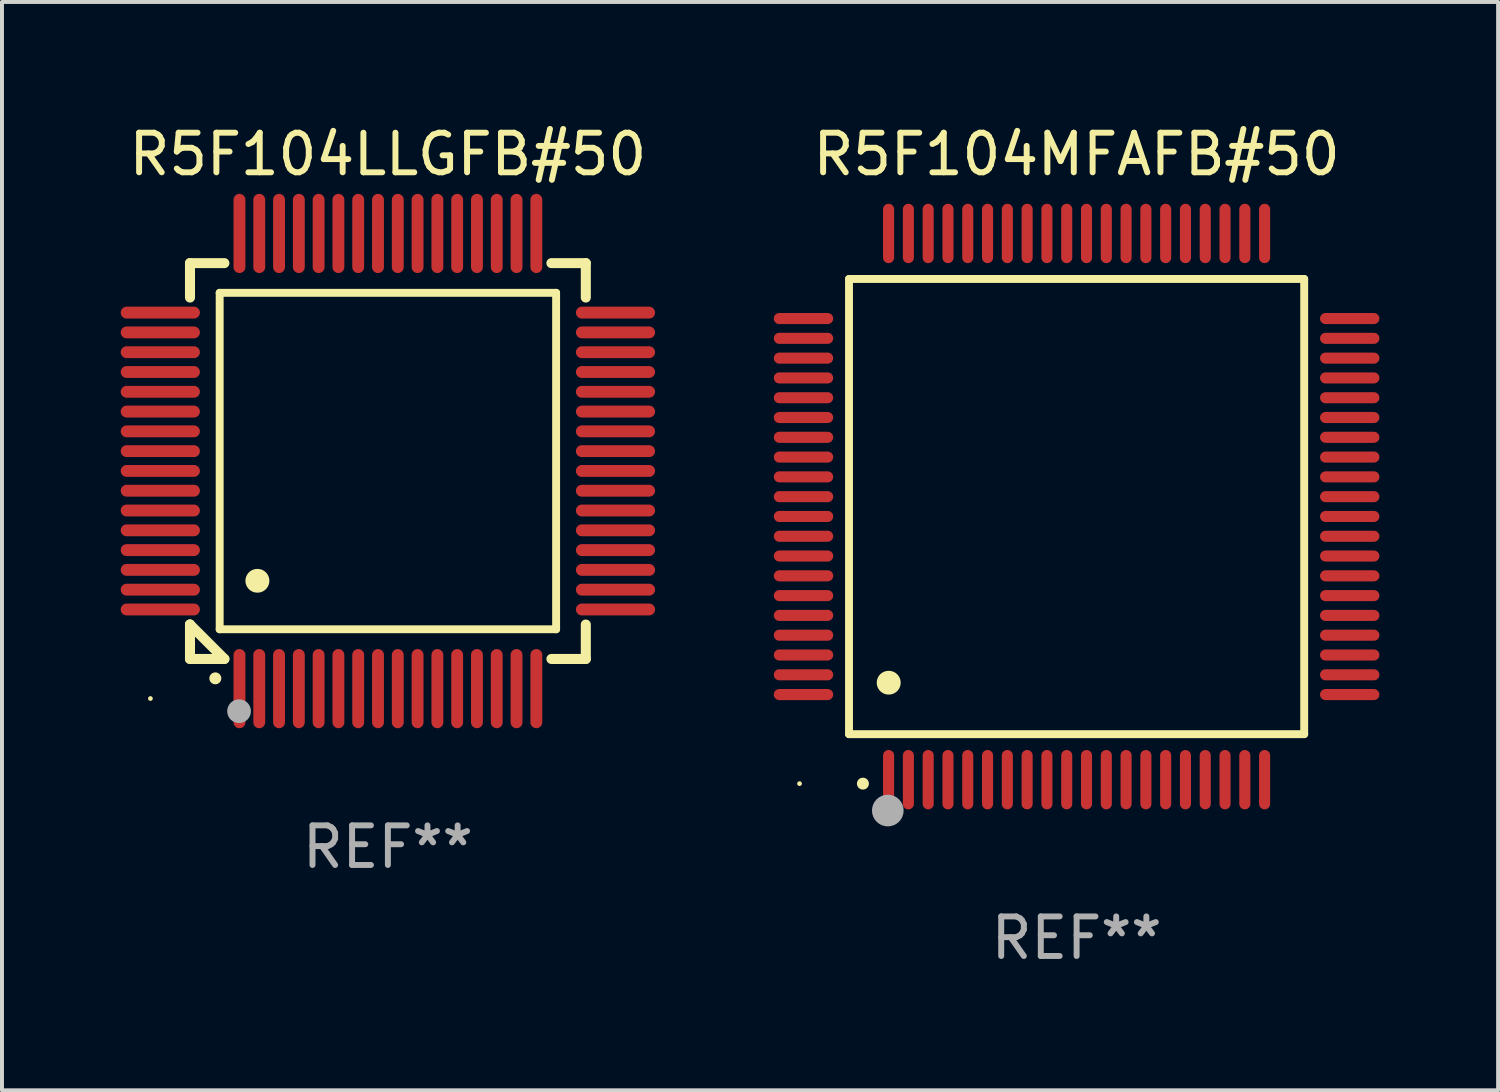
<source format=kicad_pcb>
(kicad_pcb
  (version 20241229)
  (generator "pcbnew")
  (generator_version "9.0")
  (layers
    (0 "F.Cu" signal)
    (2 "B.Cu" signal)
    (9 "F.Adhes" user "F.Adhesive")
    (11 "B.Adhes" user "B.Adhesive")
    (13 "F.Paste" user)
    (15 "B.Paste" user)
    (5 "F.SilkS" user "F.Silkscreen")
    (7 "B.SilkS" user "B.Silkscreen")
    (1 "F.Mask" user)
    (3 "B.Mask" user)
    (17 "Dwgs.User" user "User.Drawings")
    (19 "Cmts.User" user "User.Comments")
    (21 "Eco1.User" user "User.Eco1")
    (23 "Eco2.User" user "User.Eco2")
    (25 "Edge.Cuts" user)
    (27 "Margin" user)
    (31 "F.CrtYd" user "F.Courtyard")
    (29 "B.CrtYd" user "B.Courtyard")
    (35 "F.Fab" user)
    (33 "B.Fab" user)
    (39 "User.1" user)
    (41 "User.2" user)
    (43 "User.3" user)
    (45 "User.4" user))
  (footprint "R5F104LLGFB#50"
    (layer "F.Cu")
    (at 6.75 8.598)
    (property "Reference" "R5F104LLGFB#50" (at 0 -7.75 0) (layer "F.SilkS") (effects (font (size 1 1) (thickness 0.15))))
    (attr through_hole)
    (fp_line (start -5 -5) (end -4.131 -5) (stroke (width 0.254) (type solid)) (layer "F.SilkS"))
    (fp_line (start -5 -4.131) (end -5 -5) (stroke (width 0.254) (type solid)) (layer "F.SilkS"))
    (fp_line (start -5 4.131) (end -5 4.131) (stroke (width 0.254) (type solid)) (layer "F.SilkS"))
    (fp_line (start -5 5) (end -5 4.131) (stroke (width 0.254) (type solid)) (layer "F.SilkS"))
    (fp_line (start -5 4.131) (end -4.131 5) (stroke (width 0.254) (type solid)) (layer "F.SilkS"))
    (fp_line (start -4.25 -4.25) (end -4.25 4.25) (stroke (width 0.2) (type solid)) (layer "F.SilkS"))
    (fp_line (start -4.25 4.25) (end 4.25 4.25) (stroke (width 0.2) (type solid)) (layer "F.SilkS"))
    (fp_line (start -4.131 5) (end -5 5) (stroke (width 0.254) (type solid)) (layer "F.SilkS"))
    (fp_line (start 4.25 -4.25) (end -4.25 -4.25) (stroke (width 0.2) (type solid)) (layer "F.SilkS"))
    (fp_line (start 4.25 4.25) (end 4.25 -4.25) (stroke (width 0.2) (type solid)) (layer "F.SilkS"))
    (fp_line (start 5 -5) (end 4.131 -5) (stroke (width 0.254) (type solid)) (layer "F.SilkS"))
    (fp_line (start 5 -5) (end 5 -4.131) (stroke (width 0.254) (type solid)) (layer "F.SilkS"))
    (fp_line (start 5 4.131) (end 5 5) (stroke (width 0.254) (type solid)) (layer "F.SilkS"))
    (fp_line (start 5 5) (end 4.131 5) (stroke (width 0.254) (type solid)) (layer "F.SilkS"))
    (fp_arc (start -4.361265 5.489992) (mid -4.359995 5.489987) (end -4.358725 5.489992) (stroke (width 0.3) (type solid)) (layer "F.SilkS"))
    (fp_arc (start -3.299467 3.025146) (mid -3.296927 3.025135) (end -3.294387 3.025146) (stroke (width 0.6) (type solid)) (layer "F.SilkS"))
    (fp_circle (center -6 6) (end -5.97 6) (stroke (width 0.06) (type solid)) (fill no) (layer "F.SilkS"))
    (fp_circle (center -3.76 6.32) (end -3.61 6.32) (stroke (width 0.3) (type solid)) (fill no) (layer "F.Fab"))
    (fp_text user "REF**" (at 0 9.75 0) (layer "F.Fab") (effects (font (size 1 1) (thickness 0.15))))
    (pad "1" smd oval (at -3.75 5.75) (size 0.3 2) (layers "F.Cu" "F.Mask" "F.Paste"))
    (pad "2" smd oval (at -3.25 5.75) (size 0.3 2) (layers "F.Cu" "F.Mask" "F.Paste"))
    (pad "3" smd oval (at -2.75 5.75) (size 0.3 2) (layers "F.Cu" "F.Mask" "F.Paste"))
    (pad "4" smd oval (at -2.25 5.75) (size 0.3 2) (layers "F.Cu" "F.Mask" "F.Paste"))
    (pad "5" smd oval (at -1.75 5.75) (size 0.3 2) (layers "F.Cu" "F.Mask" "F.Paste"))
    (pad "6" smd oval (at -1.25 5.75) (size 0.3 2) (layers "F.Cu" "F.Mask" "F.Paste"))
    (pad "7" smd oval (at -0.75 5.75) (size 0.3 2) (layers "F.Cu" "F.Mask" "F.Paste"))
    (pad "8" smd oval (at -0.25 5.75) (size 0.3 2) (layers "F.Cu" "F.Mask" "F.Paste"))
    (pad "9" smd oval (at 0.25 5.75) (size 0.3 2) (layers "F.Cu" "F.Mask" "F.Paste"))
    (pad "10" smd oval (at 0.75 5.75) (size 0.3 2) (layers "F.Cu" "F.Mask" "F.Paste"))
    (pad "11" smd oval (at 1.25 5.75) (size 0.3 2) (layers "F.Cu" "F.Mask" "F.Paste"))
    (pad "12" smd oval (at 1.75 5.75) (size 0.3 2) (layers "F.Cu" "F.Mask" "F.Paste"))
    (pad "13" smd oval (at 2.25 5.75) (size 0.3 2) (layers "F.Cu" "F.Mask" "F.Paste"))
    (pad "14" smd oval (at 2.75 5.75) (size 0.3 2) (layers "F.Cu" "F.Mask" "F.Paste"))
    (pad "15" smd oval (at 3.25 5.75) (size 0.3 2) (layers "F.Cu" "F.Mask" "F.Paste"))
    (pad "16" smd oval (at 3.75 5.75) (size 0.3 2) (layers "F.Cu" "F.Mask" "F.Paste"))
    (pad "17" smd oval (at 5.75 3.75) (size 2 0.3) (layers "F.Cu" "F.Mask" "F.Paste"))
    (pad "18" smd oval (at 5.75 3.25) (size 2 0.3) (layers "F.Cu" "F.Mask" "F.Paste"))
    (pad "19" smd oval (at 5.75 2.75) (size 2 0.3) (layers "F.Cu" "F.Mask" "F.Paste"))
    (pad "20" smd oval (at 5.75 2.25) (size 2 0.3) (layers "F.Cu" "F.Mask" "F.Paste"))
    (pad "21" smd oval (at 5.75 1.75) (size 2 0.3) (layers "F.Cu" "F.Mask" "F.Paste"))
    (pad "22" smd oval (at 5.75 1.25) (size 2 0.3) (layers "F.Cu" "F.Mask" "F.Paste"))
    (pad "23" smd oval (at 5.75 0.75) (size 2 0.3) (layers "F.Cu" "F.Mask" "F.Paste"))
    (pad "24" smd oval (at 5.75 0.25) (size 2 0.3) (layers "F.Cu" "F.Mask" "F.Paste"))
    (pad "25" smd oval (at 5.75 -0.25) (size 2 0.3) (layers "F.Cu" "F.Mask" "F.Paste"))
    (pad "26" smd oval (at 5.75 -0.75) (size 2 0.3) (layers "F.Cu" "F.Mask" "F.Paste"))
    (pad "27" smd oval (at 5.75 -1.25) (size 2 0.3) (layers "F.Cu" "F.Mask" "F.Paste"))
    (pad "28" smd oval (at 5.75 -1.75) (size 2 0.3) (layers "F.Cu" "F.Mask" "F.Paste"))
    (pad "29" smd oval (at 5.75 -2.25) (size 2 0.3) (layers "F.Cu" "F.Mask" "F.Paste"))
    (pad "30" smd oval (at 5.75 -2.75) (size 2 0.3) (layers "F.Cu" "F.Mask" "F.Paste"))
    (pad "31" smd oval (at 5.75 -3.25) (size 2 0.3) (layers "F.Cu" "F.Mask" "F.Paste"))
    (pad "32" smd oval (at 5.75 -3.75) (size 2 0.3) (layers "F.Cu" "F.Mask" "F.Paste"))
    (pad "33" smd oval (at 3.75 -5.75) (size 0.3 2) (layers "F.Cu" "F.Mask" "F.Paste"))
    (pad "34" smd oval (at 3.25 -5.75) (size 0.3 2) (layers "F.Cu" "F.Mask" "F.Paste"))
    (pad "35" smd oval (at 2.75 -5.75) (size 0.3 2) (layers "F.Cu" "F.Mask" "F.Paste"))
    (pad "36" smd oval (at 2.25 -5.75) (size 0.3 2) (layers "F.Cu" "F.Mask" "F.Paste"))
    (pad "37" smd oval (at 1.75 -5.75) (size 0.3 2) (layers "F.Cu" "F.Mask" "F.Paste"))
    (pad "38" smd oval (at 1.25 -5.75) (size 0.3 2) (layers "F.Cu" "F.Mask" "F.Paste"))
    (pad "39" smd oval (at 0.75 -5.75) (size 0.3 2) (layers "F.Cu" "F.Mask" "F.Paste"))
    (pad "40" smd oval (at 0.25 -5.75) (size 0.3 2) (layers "F.Cu" "F.Mask" "F.Paste"))
    (pad "41" smd oval (at -0.25 -5.75) (size 0.3 2) (layers "F.Cu" "F.Mask" "F.Paste"))
    (pad "42" smd oval (at -0.75 -5.75) (size 0.3 2) (layers "F.Cu" "F.Mask" "F.Paste"))
    (pad "43" smd oval (at -1.25 -5.75) (size 0.3 2) (layers "F.Cu" "F.Mask" "F.Paste"))
    (pad "44" smd oval (at -1.75 -5.75) (size 0.3 2) (layers "F.Cu" "F.Mask" "F.Paste"))
    (pad "45" smd oval (at -2.25 -5.75) (size 0.3 2) (layers "F.Cu" "F.Mask" "F.Paste"))
    (pad "46" smd oval (at -2.75 -5.75) (size 0.3 2) (layers "F.Cu" "F.Mask" "F.Paste"))
    (pad "47" smd oval (at -3.25 -5.75) (size 0.3 2) (layers "F.Cu" "F.Mask" "F.Paste"))
    (pad "48" smd oval (at -3.75 -5.75) (size 0.3 2) (layers "F.Cu" "F.Mask" "F.Paste"))
    (pad "49" smd oval (at -5.75 -3.75) (size 2 0.3) (layers "F.Cu" "F.Mask" "F.Paste"))
    (pad "50" smd oval (at -5.75 -3.25) (size 2 0.3) (layers "F.Cu" "F.Mask" "F.Paste"))
    (pad "51" smd oval (at -5.75 -2.75) (size 2 0.3) (layers "F.Cu" "F.Mask" "F.Paste"))
    (pad "52" smd oval (at -5.75 -2.25) (size 2 0.3) (layers "F.Cu" "F.Mask" "F.Paste"))
    (pad "53" smd oval (at -5.75 -1.75) (size 2 0.3) (layers "F.Cu" "F.Mask" "F.Paste"))
    (pad "54" smd oval (at -5.75 -1.25) (size 2 0.3) (layers "F.Cu" "F.Mask" "F.Paste"))
    (pad "55" smd oval (at -5.75 -0.75) (size 2 0.3) (layers "F.Cu" "F.Mask" "F.Paste"))
    (pad "56" smd oval (at -5.75 -0.25) (size 2 0.3) (layers "F.Cu" "F.Mask" "F.Paste"))
    (pad "57" smd oval (at -5.75 0.25) (size 2 0.3) (layers "F.Cu" "F.Mask" "F.Paste"))
    (pad "58" smd oval (at -5.75 0.75) (size 2 0.3) (layers "F.Cu" "F.Mask" "F.Paste"))
    (pad "59" smd oval (at -5.75 1.25) (size 2 0.3) (layers "F.Cu" "F.Mask" "F.Paste"))
    (pad "60" smd oval (at -5.75 1.75) (size 2 0.3) (layers "F.Cu" "F.Mask" "F.Paste"))
    (pad "61" smd oval (at -5.75 2.25) (size 2 0.3) (layers "F.Cu" "F.Mask" "F.Paste"))
    (pad "62" smd oval (at -5.75 2.75) (size 2 0.3) (layers "F.Cu" "F.Mask" "F.Paste"))
    (pad "63" smd oval (at -5.75 3.25) (size 2 0.3) (layers "F.Cu" "F.Mask" "F.Paste"))
    (pad "64" smd oval (at -5.75 3.75) (size 2 0.3) (layers "F.Cu" "F.Mask" "F.Paste")))
  (footprint "R5F104MFAFB#50"
    (layer "F.Cu")
    (at 24.15 9.748)
    (property "Reference" "R5F104MFAFB#50" (at 0 -8.9 0) (layer "F.SilkS") (effects (font (size 1 1) (thickness 0.15))))
    (attr through_hole)
    (fp_line (start -5.75 -5.75) (end 5.75 -5.75) (stroke (width 0.2) (type solid)) (layer "F.SilkS"))
    (fp_line (start -5.75 5.75) (end -5.75 -5.75) (stroke (width 0.2) (type solid)) (layer "F.SilkS"))
    (fp_line (start 5.75 -5.75) (end 5.75 5.75) (stroke (width 0.2) (type solid)) (layer "F.SilkS"))
    (fp_line (start 5.75 5.75) (end -5.75 5.75) (stroke (width 0.2) (type solid)) (layer "F.SilkS"))
    (fp_arc (start -5.400051 7.000254) (mid -5.398781 7.000249) (end -5.397511 7.000254) (stroke (width 0.3) (type solid)) (layer "F.SilkS"))
    (fp_arc (start -4.749809 4.450089) (mid -4.747269 4.450078) (end -4.744729 4.450089) (stroke (width 0.6) (type solid)) (layer "F.SilkS"))
    (fp_circle (center -7 7) (end -6.97 7) (stroke (width 0.06) (type solid)) (fill no) (layer "F.SilkS"))
    (fp_circle (center -4.77 7.68) (end -4.57 7.68) (stroke (width 0.4) (type solid)) (fill no) (layer "F.Fab"))
    (fp_text user "REF**" (at 0 10.9 0) (layer "F.Fab") (effects (font (size 1 1) (thickness 0.15))))
    (pad "1" smd oval (at -4.75 6.9) (size 0.28 1.5) (layers "F.Cu" "F.Mask" "F.Paste"))
    (pad "2" smd oval (at -4.25 6.9) (size 0.28 1.5) (layers "F.Cu" "F.Mask" "F.Paste"))
    (pad "3" smd oval (at -3.75 6.9) (size 0.28 1.5) (layers "F.Cu" "F.Mask" "F.Paste"))
    (pad "4" smd oval (at -3.25 6.9) (size 0.28 1.5) (layers "F.Cu" "F.Mask" "F.Paste"))
    (pad "5" smd oval (at -2.75 6.9) (size 0.28 1.5) (layers "F.Cu" "F.Mask" "F.Paste"))
    (pad "6" smd oval (at -2.25 6.9) (size 0.28 1.5) (layers "F.Cu" "F.Mask" "F.Paste"))
    (pad "7" smd oval (at -1.75 6.9) (size 0.28 1.5) (layers "F.Cu" "F.Mask" "F.Paste"))
    (pad "8" smd oval (at -1.25 6.9) (size 0.28 1.5) (layers "F.Cu" "F.Mask" "F.Paste"))
    (pad "9" smd oval (at -0.75 6.9) (size 0.28 1.5) (layers "F.Cu" "F.Mask" "F.Paste"))
    (pad "10" smd oval (at -0.25 6.9) (size 0.28 1.5) (layers "F.Cu" "F.Mask" "F.Paste"))
    (pad "11" smd oval (at 0.25 6.9) (size 0.28 1.5) (layers "F.Cu" "F.Mask" "F.Paste"))
    (pad "12" smd oval (at 0.75 6.9) (size 0.28 1.5) (layers "F.Cu" "F.Mask" "F.Paste"))
    (pad "13" smd oval (at 1.25 6.9) (size 0.28 1.5) (layers "F.Cu" "F.Mask" "F.Paste"))
    (pad "14" smd oval (at 1.75 6.9) (size 0.28 1.5) (layers "F.Cu" "F.Mask" "F.Paste"))
    (pad "15" smd oval (at 2.25 6.9) (size 0.28 1.5) (layers "F.Cu" "F.Mask" "F.Paste"))
    (pad "16" smd oval (at 2.75 6.9) (size 0.28 1.5) (layers "F.Cu" "F.Mask" "F.Paste"))
    (pad "17" smd oval (at 3.25 6.9) (size 0.28 1.5) (layers "F.Cu" "F.Mask" "F.Paste"))
    (pad "18" smd oval (at 3.75 6.9) (size 0.28 1.5) (layers "F.Cu" "F.Mask" "F.Paste"))
    (pad "19" smd oval (at 4.25 6.9) (size 0.28 1.5) (layers "F.Cu" "F.Mask" "F.Paste"))
    (pad "20" smd oval (at 4.75 6.9) (size 0.28 1.5) (layers "F.Cu" "F.Mask" "F.Paste"))
    (pad "21" smd oval (at 6.9 4.75) (size 1.5 0.28) (layers "F.Cu" "F.Mask" "F.Paste"))
    (pad "22" smd oval (at 6.9 4.25) (size 1.5 0.28) (layers "F.Cu" "F.Mask" "F.Paste"))
    (pad "23" smd oval (at 6.9 3.75) (size 1.5 0.28) (layers "F.Cu" "F.Mask" "F.Paste"))
    (pad "24" smd oval (at 6.9 3.25) (size 1.5 0.28) (layers "F.Cu" "F.Mask" "F.Paste"))
    (pad "25" smd oval (at 6.9 2.75) (size 1.5 0.28) (layers "F.Cu" "F.Mask" "F.Paste"))
    (pad "26" smd oval (at 6.9 2.25) (size 1.5 0.28) (layers "F.Cu" "F.Mask" "F.Paste"))
    (pad "27" smd oval (at 6.9 1.75) (size 1.5 0.28) (layers "F.Cu" "F.Mask" "F.Paste"))
    (pad "28" smd oval (at 6.9 1.25) (size 1.5 0.28) (layers "F.Cu" "F.Mask" "F.Paste"))
    (pad "29" smd oval (at 6.9 0.75) (size 1.5 0.28) (layers "F.Cu" "F.Mask" "F.Paste"))
    (pad "30" smd oval (at 6.9 0.25) (size 1.5 0.28) (layers "F.Cu" "F.Mask" "F.Paste"))
    (pad "31" smd oval (at 6.9 -0.25) (size 1.5 0.28) (layers "F.Cu" "F.Mask" "F.Paste"))
    (pad "32" smd oval (at 6.9 -0.75) (size 1.5 0.28) (layers "F.Cu" "F.Mask" "F.Paste"))
    (pad "33" smd oval (at 6.9 -1.25) (size 1.5 0.28) (layers "F.Cu" "F.Mask" "F.Paste"))
    (pad "34" smd oval (at 6.9 -1.75) (size 1.5 0.28) (layers "F.Cu" "F.Mask" "F.Paste"))
    (pad "35" smd oval (at 6.9 -2.25) (size 1.5 0.28) (layers "F.Cu" "F.Mask" "F.Paste"))
    (pad "36" smd oval (at 6.9 -2.75) (size 1.5 0.28) (layers "F.Cu" "F.Mask" "F.Paste"))
    (pad "37" smd oval (at 6.9 -3.25) (size 1.5 0.28) (layers "F.Cu" "F.Mask" "F.Paste"))
    (pad "38" smd oval (at 6.9 -3.75) (size 1.5 0.28) (layers "F.Cu" "F.Mask" "F.Paste"))
    (pad "39" smd oval (at 6.9 -4.25) (size 1.5 0.28) (layers "F.Cu" "F.Mask" "F.Paste"))
    (pad "40" smd oval (at 6.9 -4.75) (size 1.5 0.28) (layers "F.Cu" "F.Mask" "F.Paste"))
    (pad "41" smd oval (at 4.75 -6.9) (size 0.28 1.5) (layers "F.Cu" "F.Mask" "F.Paste"))
    (pad "42" smd oval (at 4.25 -6.9) (size 0.28 1.5) (layers "F.Cu" "F.Mask" "F.Paste"))
    (pad "43" smd oval (at 3.75 -6.9) (size 0.28 1.5) (layers "F.Cu" "F.Mask" "F.Paste"))
    (pad "44" smd oval (at 3.25 -6.9) (size 0.28 1.5) (layers "F.Cu" "F.Mask" "F.Paste"))
    (pad "45" smd oval (at 2.75 -6.9) (size 0.28 1.5) (layers "F.Cu" "F.Mask" "F.Paste"))
    (pad "46" smd oval (at 2.25 -6.9) (size 0.28 1.5) (layers "F.Cu" "F.Mask" "F.Paste"))
    (pad "47" smd oval (at 1.75 -6.9) (size 0.28 1.5) (layers "F.Cu" "F.Mask" "F.Paste"))
    (pad "48" smd oval (at 1.25 -6.9) (size 0.28 1.5) (layers "F.Cu" "F.Mask" "F.Paste"))
    (pad "49" smd oval (at 0.75 -6.9) (size 0.28 1.5) (layers "F.Cu" "F.Mask" "F.Paste"))
    (pad "50" smd oval (at 0.25 -6.9) (size 0.28 1.5) (layers "F.Cu" "F.Mask" "F.Paste"))
    (pad "51" smd oval (at -0.25 -6.9) (size 0.28 1.5) (layers "F.Cu" "F.Mask" "F.Paste"))
    (pad "52" smd oval (at -0.75 -6.9) (size 0.28 1.5) (layers "F.Cu" "F.Mask" "F.Paste"))
    (pad "53" smd oval (at -1.25 -6.9) (size 0.28 1.5) (layers "F.Cu" "F.Mask" "F.Paste"))
    (pad "54" smd oval (at -1.75 -6.9) (size 0.28 1.5) (layers "F.Cu" "F.Mask" "F.Paste"))
    (pad "55" smd oval (at -2.25 -6.9) (size 0.28 1.5) (layers "F.Cu" "F.Mask" "F.Paste"))
    (pad "56" smd oval (at -2.75 -6.9) (size 0.28 1.5) (layers "F.Cu" "F.Mask" "F.Paste"))
    (pad "57" smd oval (at -3.25 -6.9) (size 0.28 1.5) (layers "F.Cu" "F.Mask" "F.Paste"))
    (pad "58" smd oval (at -3.75 -6.9) (size 0.28 1.5) (layers "F.Cu" "F.Mask" "F.Paste"))
    (pad "59" smd oval (at -4.25 -6.9) (size 0.28 1.5) (layers "F.Cu" "F.Mask" "F.Paste"))
    (pad "60" smd oval (at -4.75 -6.9) (size 0.28 1.5) (layers "F.Cu" "F.Mask" "F.Paste"))
    (pad "61" smd oval (at -6.9 -4.75) (size 1.5 0.28) (layers "F.Cu" "F.Mask" "F.Paste"))
    (pad "62" smd oval (at -6.9 -4.25) (size 1.5 0.28) (layers "F.Cu" "F.Mask" "F.Paste"))
    (pad "63" smd oval (at -6.9 -3.75) (size 1.5 0.28) (layers "F.Cu" "F.Mask" "F.Paste"))
    (pad "64" smd oval (at -6.9 -3.25) (size 1.5 0.28) (layers "F.Cu" "F.Mask" "F.Paste"))
    (pad "65" smd oval (at -6.9 -2.75) (size 1.5 0.28) (layers "F.Cu" "F.Mask" "F.Paste"))
    (pad "66" smd oval (at -6.9 -2.25) (size 1.5 0.28) (layers "F.Cu" "F.Mask" "F.Paste"))
    (pad "67" smd oval (at -6.9 -1.75) (size 1.5 0.28) (layers "F.Cu" "F.Mask" "F.Paste"))
    (pad "68" smd oval (at -6.9 -1.25) (size 1.5 0.28) (layers "F.Cu" "F.Mask" "F.Paste"))
    (pad "69" smd oval (at -6.9 -0.75) (size 1.5 0.28) (layers "F.Cu" "F.Mask" "F.Paste"))
    (pad "70" smd oval (at -6.9 -0.25) (size 1.5 0.28) (layers "F.Cu" "F.Mask" "F.Paste"))
    (pad "71" smd oval (at -6.9 0.25) (size 1.5 0.28) (layers "F.Cu" "F.Mask" "F.Paste"))
    (pad "72" smd oval (at -6.9 0.75) (size 1.5 0.28) (layers "F.Cu" "F.Mask" "F.Paste"))
    (pad "73" smd oval (at -6.9 1.25) (size 1.5 0.28) (layers "F.Cu" "F.Mask" "F.Paste"))
    (pad "74" smd oval (at -6.9 1.75) (size 1.5 0.28) (layers "F.Cu" "F.Mask" "F.Paste"))
    (pad "75" smd oval (at -6.9 2.25) (size 1.5 0.28) (layers "F.Cu" "F.Mask" "F.Paste"))
    (pad "76" smd oval (at -6.9 2.75) (size 1.5 0.28) (layers "F.Cu" "F.Mask" "F.Paste"))
    (pad "77" smd oval (at -6.9 3.25) (size 1.5 0.28) (layers "F.Cu" "F.Mask" "F.Paste"))
    (pad "78" smd oval (at -6.9 3.75) (size 1.5 0.28) (layers "F.Cu" "F.Mask" "F.Paste"))
    (pad "79" smd oval (at -6.9 4.25) (size 1.5 0.28) (layers "F.Cu" "F.Mask" "F.Paste"))
    (pad "80" smd oval (at -6.9 4.75) (size 1.5 0.28) (layers "F.Cu" "F.Mask" "F.Paste")))
  (gr_rect
    (start -3 -3)
    (end 34.799 24.496)
    (stroke (width 0.1) (type default))
    (fill no)
    (layer "Edge.Cuts")))
</source>
